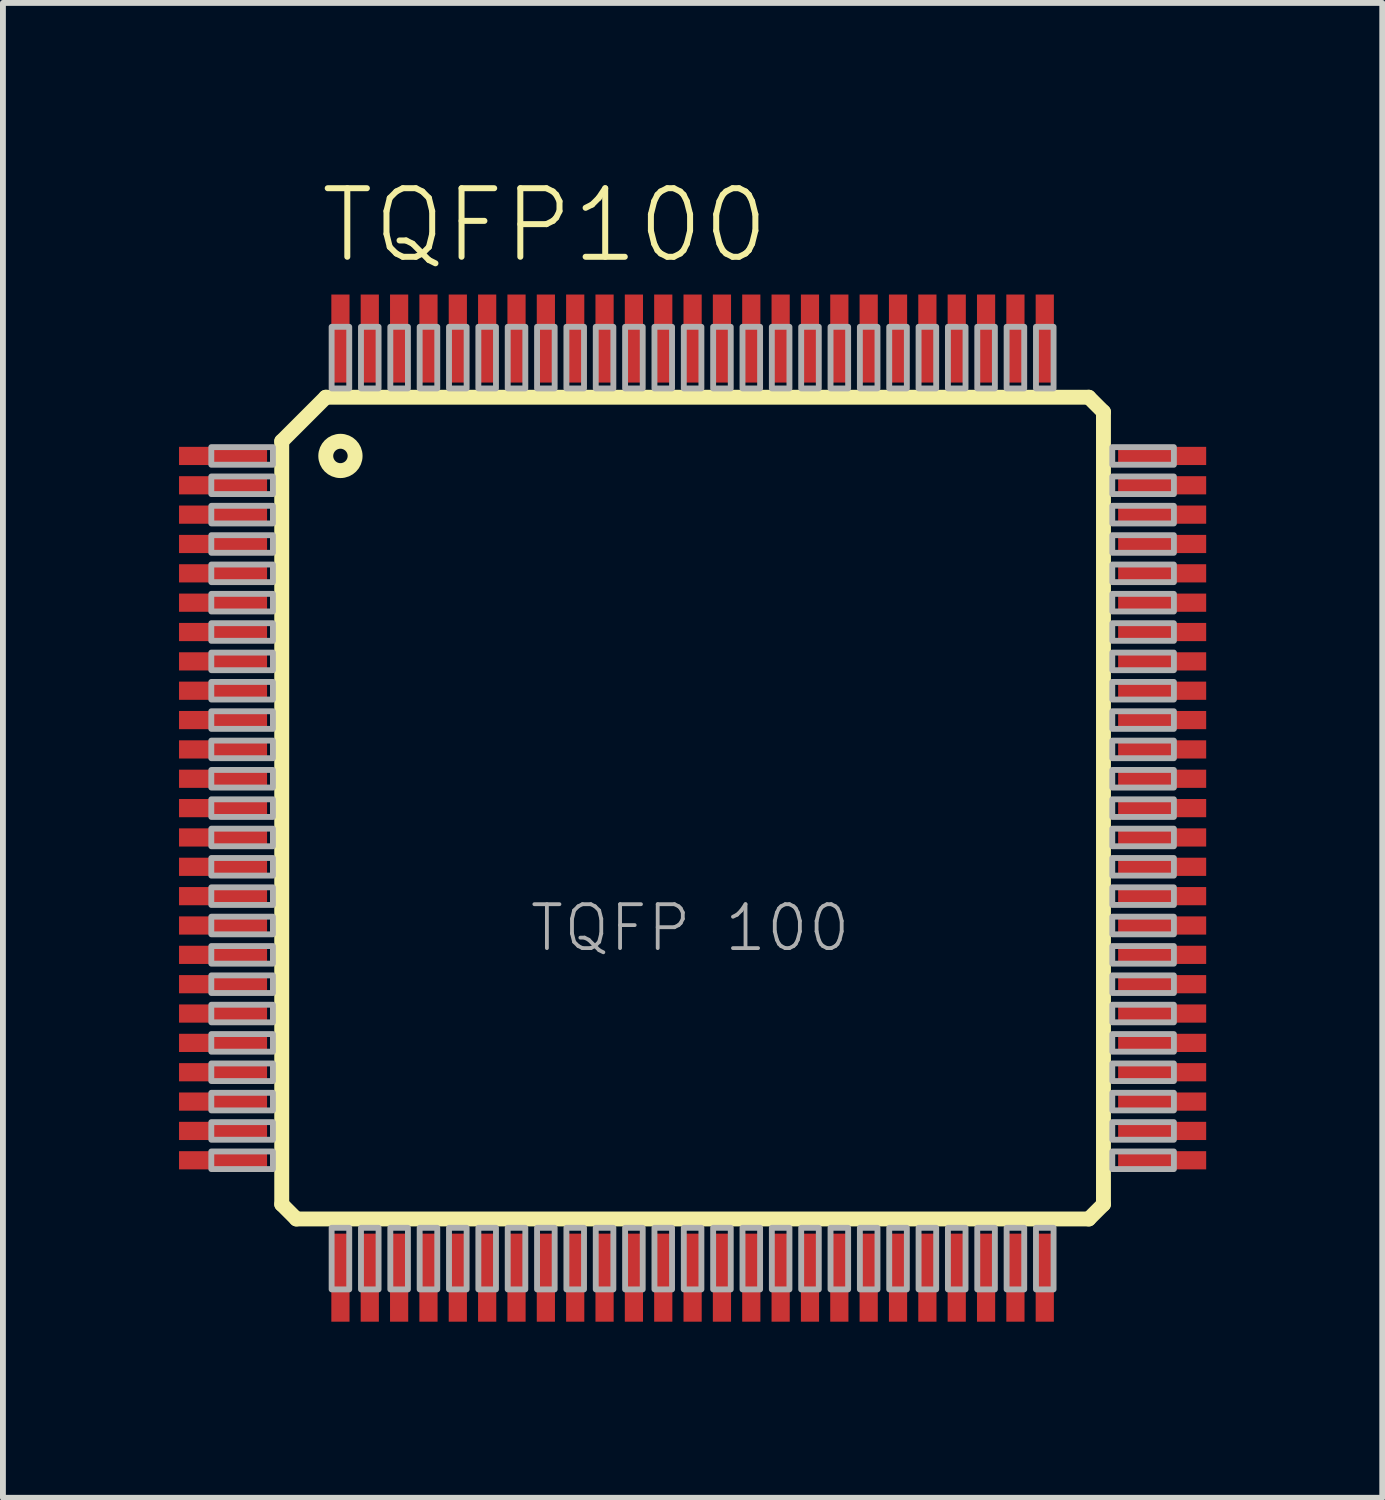
<source format=kicad_pcb>
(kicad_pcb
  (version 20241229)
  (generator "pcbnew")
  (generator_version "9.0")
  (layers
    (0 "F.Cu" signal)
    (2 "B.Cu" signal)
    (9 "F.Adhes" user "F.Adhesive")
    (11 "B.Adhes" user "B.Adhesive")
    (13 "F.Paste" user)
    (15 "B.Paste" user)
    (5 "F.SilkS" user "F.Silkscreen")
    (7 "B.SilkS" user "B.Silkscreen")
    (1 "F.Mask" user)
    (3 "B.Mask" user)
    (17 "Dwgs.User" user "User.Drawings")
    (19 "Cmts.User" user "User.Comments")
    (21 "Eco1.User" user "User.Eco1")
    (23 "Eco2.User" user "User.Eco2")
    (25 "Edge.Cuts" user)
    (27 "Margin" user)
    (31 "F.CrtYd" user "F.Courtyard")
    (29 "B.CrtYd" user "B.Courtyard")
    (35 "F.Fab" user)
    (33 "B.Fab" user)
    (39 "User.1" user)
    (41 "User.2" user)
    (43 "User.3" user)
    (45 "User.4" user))
  (footprint "TQFP100"
    (layer "F.Cu")
    (at 8.75 10.718)
    (property "Reference" "TQFP100" (at -6.395 -9.245 0) (unlocked yes) (layer "F.SilkS") (effects (font (size 1.168 1.168) (thickness 0.102)) (justify left bottom)))
    (fp_line (start -7 -6.25) (end -6.25 -7) (stroke (width 0.254) (type solid)) (layer "F.SilkS"))
    (fp_line (start -7 6.75) (end -7 -6.25) (stroke (width 0.254) (type solid)) (layer "F.SilkS"))
    (fp_line (start -6.75 7) (end -7 6.75) (stroke (width 0.254) (type solid)) (layer "F.SilkS"))
    (fp_line (start -6.25 -7) (end 6.75 -7) (stroke (width 0.254) (type solid)) (layer "F.SilkS"))
    (fp_line (start 6.75 -7) (end 7 -6.75) (stroke (width 0.254) (type solid)) (layer "F.SilkS"))
    (fp_line (start 6.75 7) (end -6.75 7) (stroke (width 0.254) (type solid)) (layer "F.SilkS"))
    (fp_line (start 7 -6.75) (end 7 6.75) (stroke (width 0.254) (type solid)) (layer "F.SilkS"))
    (fp_line (start 7 6.75) (end 6.75 7) (stroke (width 0.254) (type solid)) (layer "F.SilkS"))
    (fp_circle (center -6 -6) (end -5.75 -6) (stroke (width 0.254) (type solid)) (fill no) (layer "F.SilkS"))
    (fp_poly (pts (xy -8.2 -5.85) (xy -7.15 -5.85) (xy -7.15 -6.15) (xy -8.2 -6.15)) (stroke (width 0.1) (type default)) (fill no) (layer "F.Fab"))
    (fp_poly (pts (xy -8.2 -5.35) (xy -7.15 -5.35) (xy -7.15 -5.65) (xy -8.2 -5.65)) (stroke (width 0.1) (type default)) (fill no) (layer "F.Fab"))
    (fp_poly (pts (xy -8.2 -4.85) (xy -7.15 -4.85) (xy -7.15 -5.15) (xy -8.2 -5.15)) (stroke (width 0.1) (type default)) (fill no) (layer "F.Fab"))
    (fp_poly (pts (xy -8.2 -4.35) (xy -7.15 -4.35) (xy -7.15 -4.65) (xy -8.2 -4.65)) (stroke (width 0.1) (type default)) (fill no) (layer "F.Fab"))
    (fp_poly (pts (xy -8.2 -3.85) (xy -7.15 -3.85) (xy -7.15 -4.15) (xy -8.2 -4.15)) (stroke (width 0.1) (type default)) (fill no) (layer "F.Fab"))
    (fp_poly (pts (xy -8.2 -3.35) (xy -7.15 -3.35) (xy -7.15 -3.65) (xy -8.2 -3.65)) (stroke (width 0.1) (type default)) (fill no) (layer "F.Fab"))
    (fp_poly (pts (xy -8.2 -2.85) (xy -7.15 -2.85) (xy -7.15 -3.15) (xy -8.2 -3.15)) (stroke (width 0.1) (type default)) (fill no) (layer "F.Fab"))
    (fp_poly (pts (xy -8.2 -2.35) (xy -7.15 -2.35) (xy -7.15 -2.65) (xy -8.2 -2.65)) (stroke (width 0.1) (type default)) (fill no) (layer "F.Fab"))
    (fp_poly (pts (xy -8.2 -1.85) (xy -7.15 -1.85) (xy -7.15 -2.15) (xy -8.2 -2.15)) (stroke (width 0.1) (type default)) (fill no) (layer "F.Fab"))
    (fp_poly (pts (xy -8.2 -1.35) (xy -7.15 -1.35) (xy -7.15 -1.65) (xy -8.2 -1.65)) (stroke (width 0.1) (type default)) (fill no) (layer "F.Fab"))
    (fp_poly (pts (xy -8.2 -0.85) (xy -7.15 -0.85) (xy -7.15 -1.15) (xy -8.2 -1.15)) (stroke (width 0.1) (type default)) (fill no) (layer "F.Fab"))
    (fp_poly (pts (xy -8.2 -0.35) (xy -7.15 -0.35) (xy -7.15 -0.65) (xy -8.2 -0.65)) (stroke (width 0.1) (type default)) (fill no) (layer "F.Fab"))
    (fp_poly (pts (xy -8.2 0.15) (xy -7.15 0.15) (xy -7.15 -0.15) (xy -8.2 -0.15)) (stroke (width 0.1) (type default)) (fill no) (layer "F.Fab"))
    (fp_poly (pts (xy -8.2 0.65) (xy -7.15 0.65) (xy -7.15 0.35) (xy -8.2 0.35)) (stroke (width 0.1) (type default)) (fill no) (layer "F.Fab"))
    (fp_poly (pts (xy -8.2 1.15) (xy -7.15 1.15) (xy -7.15 0.85) (xy -8.2 0.85)) (stroke (width 0.1) (type default)) (fill no) (layer "F.Fab"))
    (fp_poly (pts (xy -8.2 1.65) (xy -7.15 1.65) (xy -7.15 1.35) (xy -8.2 1.35)) (stroke (width 0.1) (type default)) (fill no) (layer "F.Fab"))
    (fp_poly (pts (xy -8.2 2.15) (xy -7.15 2.15) (xy -7.15 1.85) (xy -8.2 1.85)) (stroke (width 0.1) (type default)) (fill no) (layer "F.Fab"))
    (fp_poly (pts (xy -8.2 2.65) (xy -7.15 2.65) (xy -7.15 2.35) (xy -8.2 2.35)) (stroke (width 0.1) (type default)) (fill no) (layer "F.Fab"))
    (fp_poly (pts (xy -8.2 3.15) (xy -7.15 3.15) (xy -7.15 2.85) (xy -8.2 2.85)) (stroke (width 0.1) (type default)) (fill no) (layer "F.Fab"))
    (fp_poly (pts (xy -8.2 3.65) (xy -7.15 3.65) (xy -7.15 3.35) (xy -8.2 3.35)) (stroke (width 0.1) (type default)) (fill no) (layer "F.Fab"))
    (fp_poly (pts (xy -8.2 4.15) (xy -7.15 4.15) (xy -7.15 3.85) (xy -8.2 3.85)) (stroke (width 0.1) (type default)) (fill no) (layer "F.Fab"))
    (fp_poly (pts (xy -8.2 4.65) (xy -7.15 4.65) (xy -7.15 4.35) (xy -8.2 4.35)) (stroke (width 0.1) (type default)) (fill no) (layer "F.Fab"))
    (fp_poly (pts (xy -8.2 5.15) (xy -7.15 5.15) (xy -7.15 4.85) (xy -8.2 4.85)) (stroke (width 0.1) (type default)) (fill no) (layer "F.Fab"))
    (fp_poly (pts (xy -8.2 5.65) (xy -7.15 5.65) (xy -7.15 5.35) (xy -8.2 5.35)) (stroke (width 0.1) (type default)) (fill no) (layer "F.Fab"))
    (fp_poly (pts (xy -8.2 6.15) (xy -7.15 6.15) (xy -7.15 5.85) (xy -8.2 5.85)) (stroke (width 0.1) (type default)) (fill no) (layer "F.Fab"))
    (fp_poly (pts (xy -6.15 -7.15) (xy -5.85 -7.15) (xy -5.85 -8.2) (xy -6.15 -8.2)) (stroke (width 0.1) (type default)) (fill no) (layer "F.Fab"))
    (fp_poly (pts (xy -6.15 8.2) (xy -5.85 8.2) (xy -5.85 7.15) (xy -6.15 7.15)) (stroke (width 0.1) (type default)) (fill no) (layer "F.Fab"))
    (fp_poly (pts (xy -5.65 -7.15) (xy -5.35 -7.15) (xy -5.35 -8.2) (xy -5.65 -8.2)) (stroke (width 0.1) (type default)) (fill no) (layer "F.Fab"))
    (fp_poly (pts (xy -5.65 8.2) (xy -5.35 8.2) (xy -5.35 7.15) (xy -5.65 7.15)) (stroke (width 0.1) (type default)) (fill no) (layer "F.Fab"))
    (fp_poly (pts (xy -5.15 -7.15) (xy -4.85 -7.15) (xy -4.85 -8.2) (xy -5.15 -8.2)) (stroke (width 0.1) (type default)) (fill no) (layer "F.Fab"))
    (fp_poly (pts (xy -5.15 8.2) (xy -4.85 8.2) (xy -4.85 7.15) (xy -5.15 7.15)) (stroke (width 0.1) (type default)) (fill no) (layer "F.Fab"))
    (fp_poly (pts (xy -4.65 -7.15) (xy -4.35 -7.15) (xy -4.35 -8.2) (xy -4.65 -8.2)) (stroke (width 0.1) (type default)) (fill no) (layer "F.Fab"))
    (fp_poly (pts (xy -4.65 8.2) (xy -4.35 8.2) (xy -4.35 7.15) (xy -4.65 7.15)) (stroke (width 0.1) (type default)) (fill no) (layer "F.Fab"))
    (fp_poly (pts (xy -4.15 -7.15) (xy -3.85 -7.15) (xy -3.85 -8.2) (xy -4.15 -8.2)) (stroke (width 0.1) (type default)) (fill no) (layer "F.Fab"))
    (fp_poly (pts (xy -4.15 8.2) (xy -3.85 8.2) (xy -3.85 7.15) (xy -4.15 7.15)) (stroke (width 0.1) (type default)) (fill no) (layer "F.Fab"))
    (fp_poly (pts (xy -3.65 -7.15) (xy -3.35 -7.15) (xy -3.35 -8.2) (xy -3.65 -8.2)) (stroke (width 0.1) (type default)) (fill no) (layer "F.Fab"))
    (fp_poly (pts (xy -3.65 8.2) (xy -3.35 8.2) (xy -3.35 7.15) (xy -3.65 7.15)) (stroke (width 0.1) (type default)) (fill no) (layer "F.Fab"))
    (fp_poly (pts (xy -3.15 -7.15) (xy -2.85 -7.15) (xy -2.85 -8.2) (xy -3.15 -8.2)) (stroke (width 0.1) (type default)) (fill no) (layer "F.Fab"))
    (fp_poly (pts (xy -3.15 8.2) (xy -2.85 8.2) (xy -2.85 7.15) (xy -3.15 7.15)) (stroke (width 0.1) (type default)) (fill no) (layer "F.Fab"))
    (fp_poly (pts (xy -2.65 -7.15) (xy -2.35 -7.15) (xy -2.35 -8.2) (xy -2.65 -8.2)) (stroke (width 0.1) (type default)) (fill no) (layer "F.Fab"))
    (fp_poly (pts (xy -2.65 8.2) (xy -2.35 8.2) (xy -2.35 7.15) (xy -2.65 7.15)) (stroke (width 0.1) (type default)) (fill no) (layer "F.Fab"))
    (fp_poly (pts (xy -2.15 -7.15) (xy -1.85 -7.15) (xy -1.85 -8.2) (xy -2.15 -8.2)) (stroke (width 0.1) (type default)) (fill no) (layer "F.Fab"))
    (fp_poly (pts (xy -2.15 8.2) (xy -1.85 8.2) (xy -1.85 7.15) (xy -2.15 7.15)) (stroke (width 0.1) (type default)) (fill no) (layer "F.Fab"))
    (fp_poly (pts (xy -1.65 -7.15) (xy -1.35 -7.15) (xy -1.35 -8.2) (xy -1.65 -8.2)) (stroke (width 0.1) (type default)) (fill no) (layer "F.Fab"))
    (fp_poly (pts (xy -1.65 8.2) (xy -1.35 8.2) (xy -1.35 7.15) (xy -1.65 7.15)) (stroke (width 0.1) (type default)) (fill no) (layer "F.Fab"))
    (fp_poly (pts (xy -1.15 -7.15) (xy -0.85 -7.15) (xy -0.85 -8.2) (xy -1.15 -8.2)) (stroke (width 0.1) (type default)) (fill no) (layer "F.Fab"))
    (fp_poly (pts (xy -1.15 8.2) (xy -0.85 8.2) (xy -0.85 7.15) (xy -1.15 7.15)) (stroke (width 0.1) (type default)) (fill no) (layer "F.Fab"))
    (fp_poly (pts (xy -0.65 -7.15) (xy -0.35 -7.15) (xy -0.35 -8.2) (xy -0.65 -8.2)) (stroke (width 0.1) (type default)) (fill no) (layer "F.Fab"))
    (fp_poly (pts (xy -0.65 8.2) (xy -0.35 8.2) (xy -0.35 7.15) (xy -0.65 7.15)) (stroke (width 0.1) (type default)) (fill no) (layer "F.Fab"))
    (fp_poly (pts (xy -0.15 -7.15) (xy 0.15 -7.15) (xy 0.15 -8.2) (xy -0.15 -8.2)) (stroke (width 0.1) (type default)) (fill no) (layer "F.Fab"))
    (fp_poly (pts (xy -0.15 8.2) (xy 0.15 8.2) (xy 0.15 7.15) (xy -0.15 7.15)) (stroke (width 0.1) (type default)) (fill no) (layer "F.Fab"))
    (fp_poly (pts (xy 0.35 -7.15) (xy 0.65 -7.15) (xy 0.65 -8.2) (xy 0.35 -8.2)) (stroke (width 0.1) (type default)) (fill no) (layer "F.Fab"))
    (fp_poly (pts (xy 0.35 8.2) (xy 0.65 8.2) (xy 0.65 7.15) (xy 0.35 7.15)) (stroke (width 0.1) (type default)) (fill no) (layer "F.Fab"))
    (fp_poly (pts (xy 0.85 -7.15) (xy 1.15 -7.15) (xy 1.15 -8.2) (xy 0.85 -8.2)) (stroke (width 0.1) (type default)) (fill no) (layer "F.Fab"))
    (fp_poly (pts (xy 0.85 8.2) (xy 1.15 8.2) (xy 1.15 7.15) (xy 0.85 7.15)) (stroke (width 0.1) (type default)) (fill no) (layer "F.Fab"))
    (fp_poly (pts (xy 1.35 -7.15) (xy 1.65 -7.15) (xy 1.65 -8.2) (xy 1.35 -8.2)) (stroke (width 0.1) (type default)) (fill no) (layer "F.Fab"))
    (fp_poly (pts (xy 1.35 8.2) (xy 1.65 8.2) (xy 1.65 7.15) (xy 1.35 7.15)) (stroke (width 0.1) (type default)) (fill no) (layer "F.Fab"))
    (fp_poly (pts (xy 1.85 -7.15) (xy 2.15 -7.15) (xy 2.15 -8.2) (xy 1.85 -8.2)) (stroke (width 0.1) (type default)) (fill no) (layer "F.Fab"))
    (fp_poly (pts (xy 1.85 8.2) (xy 2.15 8.2) (xy 2.15 7.15) (xy 1.85 7.15)) (stroke (width 0.1) (type default)) (fill no) (layer "F.Fab"))
    (fp_poly (pts (xy 2.35 -7.15) (xy 2.65 -7.15) (xy 2.65 -8.2) (xy 2.35 -8.2)) (stroke (width 0.1) (type default)) (fill no) (layer "F.Fab"))
    (fp_poly (pts (xy 2.35 8.2) (xy 2.65 8.2) (xy 2.65 7.15) (xy 2.35 7.15)) (stroke (width 0.1) (type default)) (fill no) (layer "F.Fab"))
    (fp_poly (pts (xy 2.85 -7.15) (xy 3.15 -7.15) (xy 3.15 -8.2) (xy 2.85 -8.2)) (stroke (width 0.1) (type default)) (fill no) (layer "F.Fab"))
    (fp_poly (pts (xy 2.85 8.2) (xy 3.15 8.2) (xy 3.15 7.15) (xy 2.85 7.15)) (stroke (width 0.1) (type default)) (fill no) (layer "F.Fab"))
    (fp_poly (pts (xy 3.35 -7.15) (xy 3.65 -7.15) (xy 3.65 -8.2) (xy 3.35 -8.2)) (stroke (width 0.1) (type default)) (fill no) (layer "F.Fab"))
    (fp_poly (pts (xy 3.35 8.2) (xy 3.65 8.2) (xy 3.65 7.15) (xy 3.35 7.15)) (stroke (width 0.1) (type default)) (fill no) (layer "F.Fab"))
    (fp_poly (pts (xy 3.85 -7.15) (xy 4.15 -7.15) (xy 4.15 -8.2) (xy 3.85 -8.2)) (stroke (width 0.1) (type default)) (fill no) (layer "F.Fab"))
    (fp_poly (pts (xy 3.85 8.2) (xy 4.15 8.2) (xy 4.15 7.15) (xy 3.85 7.15)) (stroke (width 0.1) (type default)) (fill no) (layer "F.Fab"))
    (fp_poly (pts (xy 4.35 -7.15) (xy 4.65 -7.15) (xy 4.65 -8.2) (xy 4.35 -8.2)) (stroke (width 0.1) (type default)) (fill no) (layer "F.Fab"))
    (fp_poly (pts (xy 4.35 8.2) (xy 4.65 8.2) (xy 4.65 7.15) (xy 4.35 7.15)) (stroke (width 0.1) (type default)) (fill no) (layer "F.Fab"))
    (fp_poly (pts (xy 4.85 -7.15) (xy 5.15 -7.15) (xy 5.15 -8.2) (xy 4.85 -8.2)) (stroke (width 0.1) (type default)) (fill no) (layer "F.Fab"))
    (fp_poly (pts (xy 4.85 8.2) (xy 5.15 8.2) (xy 5.15 7.15) (xy 4.85 7.15)) (stroke (width 0.1) (type default)) (fill no) (layer "F.Fab"))
    (fp_poly (pts (xy 5.35 -7.15) (xy 5.65 -7.15) (xy 5.65 -8.2) (xy 5.35 -8.2)) (stroke (width 0.1) (type default)) (fill no) (layer "F.Fab"))
    (fp_poly (pts (xy 5.35 8.2) (xy 5.65 8.2) (xy 5.65 7.15) (xy 5.35 7.15)) (stroke (width 0.1) (type default)) (fill no) (layer "F.Fab"))
    (fp_poly (pts (xy 5.85 -7.15) (xy 6.15 -7.15) (xy 6.15 -8.2) (xy 5.85 -8.2)) (stroke (width 0.1) (type default)) (fill no) (layer "F.Fab"))
    (fp_poly (pts (xy 5.85 8.2) (xy 6.15 8.2) (xy 6.15 7.15) (xy 5.85 7.15)) (stroke (width 0.1) (type default)) (fill no) (layer "F.Fab"))
    (fp_poly (pts (xy 7.15 -5.85) (xy 8.2 -5.85) (xy 8.2 -6.15) (xy 7.15 -6.15)) (stroke (width 0.1) (type default)) (fill no) (layer "F.Fab"))
    (fp_poly (pts (xy 7.15 -5.35) (xy 8.2 -5.35) (xy 8.2 -5.65) (xy 7.15 -5.65)) (stroke (width 0.1) (type default)) (fill no) (layer "F.Fab"))
    (fp_poly (pts (xy 7.15 -4.85) (xy 8.2 -4.85) (xy 8.2 -5.15) (xy 7.15 -5.15)) (stroke (width 0.1) (type default)) (fill no) (layer "F.Fab"))
    (fp_poly (pts (xy 7.15 -4.35) (xy 8.2 -4.35) (xy 8.2 -4.65) (xy 7.15 -4.65)) (stroke (width 0.1) (type default)) (fill no) (layer "F.Fab"))
    (fp_poly (pts (xy 7.15 -3.85) (xy 8.2 -3.85) (xy 8.2 -4.15) (xy 7.15 -4.15)) (stroke (width 0.1) (type default)) (fill no) (layer "F.Fab"))
    (fp_poly (pts (xy 7.15 -3.35) (xy 8.2 -3.35) (xy 8.2 -3.65) (xy 7.15 -3.65)) (stroke (width 0.1) (type default)) (fill no) (layer "F.Fab"))
    (fp_poly (pts (xy 7.15 -2.85) (xy 8.2 -2.85) (xy 8.2 -3.15) (xy 7.15 -3.15)) (stroke (width 0.1) (type default)) (fill no) (layer "F.Fab"))
    (fp_poly (pts (xy 7.15 -2.35) (xy 8.2 -2.35) (xy 8.2 -2.65) (xy 7.15 -2.65)) (stroke (width 0.1) (type default)) (fill no) (layer "F.Fab"))
    (fp_poly (pts (xy 7.15 -1.85) (xy 8.2 -1.85) (xy 8.2 -2.15) (xy 7.15 -2.15)) (stroke (width 0.1) (type default)) (fill no) (layer "F.Fab"))
    (fp_poly (pts (xy 7.15 -1.35) (xy 8.2 -1.35) (xy 8.2 -1.65) (xy 7.15 -1.65)) (stroke (width 0.1) (type default)) (fill no) (layer "F.Fab"))
    (fp_poly (pts (xy 7.15 -0.85) (xy 8.2 -0.85) (xy 8.2 -1.15) (xy 7.15 -1.15)) (stroke (width 0.1) (type default)) (fill no) (layer "F.Fab"))
    (fp_poly (pts (xy 7.15 -0.35) (xy 8.2 -0.35) (xy 8.2 -0.65) (xy 7.15 -0.65)) (stroke (width 0.1) (type default)) (fill no) (layer "F.Fab"))
    (fp_poly (pts (xy 7.15 0.15) (xy 8.2 0.15) (xy 8.2 -0.15) (xy 7.15 -0.15)) (stroke (width 0.1) (type default)) (fill no) (layer "F.Fab"))
    (fp_poly (pts (xy 7.15 0.65) (xy 8.2 0.65) (xy 8.2 0.35) (xy 7.15 0.35)) (stroke (width 0.1) (type default)) (fill no) (layer "F.Fab"))
    (fp_poly (pts (xy 7.15 1.15) (xy 8.2 1.15) (xy 8.2 0.85) (xy 7.15 0.85)) (stroke (width 0.1) (type default)) (fill no) (layer "F.Fab"))
    (fp_poly (pts (xy 7.15 1.65) (xy 8.2 1.65) (xy 8.2 1.35) (xy 7.15 1.35)) (stroke (width 0.1) (type default)) (fill no) (layer "F.Fab"))
    (fp_poly (pts (xy 7.15 2.15) (xy 8.2 2.15) (xy 8.2 1.85) (xy 7.15 1.85)) (stroke (width 0.1) (type default)) (fill no) (layer "F.Fab"))
    (fp_poly (pts (xy 7.15 2.65) (xy 8.2 2.65) (xy 8.2 2.35) (xy 7.15 2.35)) (stroke (width 0.1) (type default)) (fill no) (layer "F.Fab"))
    (fp_poly (pts (xy 7.15 3.15) (xy 8.2 3.15) (xy 8.2 2.85) (xy 7.15 2.85)) (stroke (width 0.1) (type default)) (fill no) (layer "F.Fab"))
    (fp_poly (pts (xy 7.15 3.65) (xy 8.2 3.65) (xy 8.2 3.35) (xy 7.15 3.35)) (stroke (width 0.1) (type default)) (fill no) (layer "F.Fab"))
    (fp_poly (pts (xy 7.15 4.15) (xy 8.2 4.15) (xy 8.2 3.85) (xy 7.15 3.85)) (stroke (width 0.1) (type default)) (fill no) (layer "F.Fab"))
    (fp_poly (pts (xy 7.15 4.65) (xy 8.2 4.65) (xy 8.2 4.35) (xy 7.15 4.35)) (stroke (width 0.1) (type default)) (fill no) (layer "F.Fab"))
    (fp_poly (pts (xy 7.15 5.15) (xy 8.2 5.15) (xy 8.2 4.85) (xy 7.15 4.85)) (stroke (width 0.1) (type default)) (fill no) (layer "F.Fab"))
    (fp_poly (pts (xy 7.15 5.65) (xy 8.2 5.65) (xy 8.2 5.35) (xy 7.15 5.35)) (stroke (width 0.1) (type default)) (fill no) (layer "F.Fab"))
    (fp_poly (pts (xy 7.15 6.15) (xy 8.2 6.15) (xy 8.2 5.85) (xy 7.15 5.85)) (stroke (width 0.1) (type default)) (fill no) (layer "F.Fab"))
    (fp_text user "TQFP 100" (at -2.81 2.48 0) (unlocked yes) (layer "F.Fab") (effects (font (size 0.748 0.748) (thickness 0.065)) (justify left bottom)))
    (pad "1" smd rect (at -8 -6) (size 1.5 0.31) (layers "F.Cu" "F.Mask" "F.Paste"))
    (pad "2" smd rect (at -8 -5.5) (size 1.5 0.31) (layers "F.Cu" "F.Mask" "F.Paste"))
    (pad "3" smd rect (at -8 -5) (size 1.5 0.31) (layers "F.Cu" "F.Mask" "F.Paste"))
    (pad "4" smd rect (at -8 -4.5) (size 1.5 0.31) (layers "F.Cu" "F.Mask" "F.Paste"))
    (pad "5" smd rect (at -8 -4) (size 1.5 0.31) (layers "F.Cu" "F.Mask" "F.Paste"))
    (pad "6" smd rect (at -8 -3.5) (size 1.5 0.31) (layers "F.Cu" "F.Mask" "F.Paste"))
    (pad "7" smd rect (at -8 -3) (size 1.5 0.31) (layers "F.Cu" "F.Mask" "F.Paste"))
    (pad "8" smd rect (at -8 -2.5) (size 1.5 0.31) (layers "F.Cu" "F.Mask" "F.Paste"))
    (pad "9" smd rect (at -8 -2) (size 1.5 0.31) (layers "F.Cu" "F.Mask" "F.Paste"))
    (pad "10" smd rect (at -8 -1.5) (size 1.5 0.31) (layers "F.Cu" "F.Mask" "F.Paste"))
    (pad "11" smd rect (at -8 -1) (size 1.5 0.31) (layers "F.Cu" "F.Mask" "F.Paste"))
    (pad "12" smd rect (at -8 -0.5) (size 1.5 0.31) (layers "F.Cu" "F.Mask" "F.Paste"))
    (pad "13" smd rect (at -8 0) (size 1.5 0.31) (layers "F.Cu" "F.Mask" "F.Paste"))
    (pad "14" smd rect (at -8 0.5) (size 1.5 0.31) (layers "F.Cu" "F.Mask" "F.Paste"))
    (pad "15" smd rect (at -8 1) (size 1.5 0.31) (layers "F.Cu" "F.Mask" "F.Paste"))
    (pad "16" smd rect (at -8 1.5) (size 1.5 0.31) (layers "F.Cu" "F.Mask" "F.Paste"))
    (pad "17" smd rect (at -8 2) (size 1.5 0.31) (layers "F.Cu" "F.Mask" "F.Paste"))
    (pad "18" smd rect (at -8 2.5) (size 1.5 0.31) (layers "F.Cu" "F.Mask" "F.Paste"))
    (pad "19" smd rect (at -8 3) (size 1.5 0.31) (layers "F.Cu" "F.Mask" "F.Paste"))
    (pad "20" smd rect (at -8 3.5) (size 1.5 0.31) (layers "F.Cu" "F.Mask" "F.Paste"))
    (pad "21" smd rect (at -8 4) (size 1.5 0.31) (layers "F.Cu" "F.Mask" "F.Paste"))
    (pad "22" smd rect (at -8 4.5) (size 1.5 0.31) (layers "F.Cu" "F.Mask" "F.Paste"))
    (pad "23" smd rect (at -8 5) (size 1.5 0.31) (layers "F.Cu" "F.Mask" "F.Paste"))
    (pad "24" smd rect (at -8 5.5) (size 1.5 0.31) (layers "F.Cu" "F.Mask" "F.Paste"))
    (pad "25" smd rect (at -8 6) (size 1.5 0.31) (layers "F.Cu" "F.Mask" "F.Paste"))
    (pad "26" smd rect (at -6 8) (size 0.31 1.5) (layers "F.Cu" "F.Mask" "F.Paste"))
    (pad "27" smd rect (at -5.5 8) (size 0.31 1.5) (layers "F.Cu" "F.Mask" "F.Paste"))
    (pad "28" smd rect (at -5 8) (size 0.31 1.5) (layers "F.Cu" "F.Mask" "F.Paste"))
    (pad "29" smd rect (at -4.5 8) (size 0.31 1.5) (layers "F.Cu" "F.Mask" "F.Paste"))
    (pad "30" smd rect (at -4 8) (size 0.31 1.5) (layers "F.Cu" "F.Mask" "F.Paste"))
    (pad "31" smd rect (at -3.5 8) (size 0.31 1.5) (layers "F.Cu" "F.Mask" "F.Paste"))
    (pad "32" smd rect (at -3 8) (size 0.31 1.5) (layers "F.Cu" "F.Mask" "F.Paste"))
    (pad "33" smd rect (at -2.5 8) (size 0.31 1.5) (layers "F.Cu" "F.Mask" "F.Paste"))
    (pad "34" smd rect (at -2 8) (size 0.31 1.5) (layers "F.Cu" "F.Mask" "F.Paste"))
    (pad "35" smd rect (at -1.5 8) (size 0.31 1.5) (layers "F.Cu" "F.Mask" "F.Paste"))
    (pad "36" smd rect (at -1 8) (size 0.31 1.5) (layers "F.Cu" "F.Mask" "F.Paste"))
    (pad "37" smd rect (at -0.5 8) (size 0.31 1.5) (layers "F.Cu" "F.Mask" "F.Paste"))
    (pad "38" smd rect (at 0 8) (size 0.31 1.5) (layers "F.Cu" "F.Mask" "F.Paste"))
    (pad "39" smd rect (at 0.5 8) (size 0.31 1.5) (layers "F.Cu" "F.Mask" "F.Paste"))
    (pad "40" smd rect (at 1 8) (size 0.31 1.5) (layers "F.Cu" "F.Mask" "F.Paste"))
    (pad "41" smd rect (at 1.5 8) (size 0.31 1.5) (layers "F.Cu" "F.Mask" "F.Paste"))
    (pad "42" smd rect (at 2 8) (size 0.31 1.5) (layers "F.Cu" "F.Mask" "F.Paste"))
    (pad "43" smd rect (at 2.5 8) (size 0.31 1.5) (layers "F.Cu" "F.Mask" "F.Paste"))
    (pad "44" smd rect (at 3 8) (size 0.31 1.5) (layers "F.Cu" "F.Mask" "F.Paste"))
    (pad "45" smd rect (at 3.5 8) (size 0.31 1.5) (layers "F.Cu" "F.Mask" "F.Paste"))
    (pad "46" smd rect (at 4 8) (size 0.31 1.5) (layers "F.Cu" "F.Mask" "F.Paste"))
    (pad "47" smd rect (at 4.5 8) (size 0.31 1.5) (layers "F.Cu" "F.Mask" "F.Paste"))
    (pad "48" smd rect (at 5 8) (size 0.31 1.5) (layers "F.Cu" "F.Mask" "F.Paste"))
    (pad "49" smd rect (at 5.5 8) (size 0.31 1.5) (layers "F.Cu" "F.Mask" "F.Paste"))
    (pad "50" smd rect (at 6 8) (size 0.31 1.5) (layers "F.Cu" "F.Mask" "F.Paste"))
    (pad "51" smd rect (at 8 6) (size 1.5 0.31) (layers "F.Cu" "F.Mask" "F.Paste"))
    (pad "52" smd rect (at 8 5.5) (size 1.5 0.31) (layers "F.Cu" "F.Mask" "F.Paste"))
    (pad "53" smd rect (at 8 5) (size 1.5 0.31) (layers "F.Cu" "F.Mask" "F.Paste"))
    (pad "54" smd rect (at 8 4.5) (size 1.5 0.31) (layers "F.Cu" "F.Mask" "F.Paste"))
    (pad "55" smd rect (at 8 4) (size 1.5 0.31) (layers "F.Cu" "F.Mask" "F.Paste"))
    (pad "56" smd rect (at 8 3.5) (size 1.5 0.31) (layers "F.Cu" "F.Mask" "F.Paste"))
    (pad "57" smd rect (at 8 3) (size 1.5 0.31) (layers "F.Cu" "F.Mask" "F.Paste"))
    (pad "58" smd rect (at 8 2.5) (size 1.5 0.31) (layers "F.Cu" "F.Mask" "F.Paste"))
    (pad "59" smd rect (at 8 2) (size 1.5 0.31) (layers "F.Cu" "F.Mask" "F.Paste"))
    (pad "60" smd rect (at 8 1.5) (size 1.5 0.31) (layers "F.Cu" "F.Mask" "F.Paste"))
    (pad "61" smd rect (at 8 1) (size 1.5 0.31) (layers "F.Cu" "F.Mask" "F.Paste"))
    (pad "62" smd rect (at 8 0.5) (size 1.5 0.31) (layers "F.Cu" "F.Mask" "F.Paste"))
    (pad "63" smd rect (at 8 0) (size 1.5 0.31) (layers "F.Cu" "F.Mask" "F.Paste"))
    (pad "64" smd rect (at 8 -0.5) (size 1.5 0.31) (layers "F.Cu" "F.Mask" "F.Paste"))
    (pad "65" smd rect (at 8 -1) (size 1.5 0.31) (layers "F.Cu" "F.Mask" "F.Paste"))
    (pad "66" smd rect (at 8 -1.5) (size 1.5 0.31) (layers "F.Cu" "F.Mask" "F.Paste"))
    (pad "67" smd rect (at 8 -2) (size 1.5 0.31) (layers "F.Cu" "F.Mask" "F.Paste"))
    (pad "68" smd rect (at 8 -2.5) (size 1.5 0.31) (layers "F.Cu" "F.Mask" "F.Paste"))
    (pad "69" smd rect (at 8 -3) (size 1.5 0.31) (layers "F.Cu" "F.Mask" "F.Paste"))
    (pad "70" smd rect (at 8 -3.5) (size 1.5 0.31) (layers "F.Cu" "F.Mask" "F.Paste"))
    (pad "71" smd rect (at 8 -4) (size 1.5 0.31) (layers "F.Cu" "F.Mask" "F.Paste"))
    (pad "72" smd rect (at 8 -4.5) (size 1.5 0.31) (layers "F.Cu" "F.Mask" "F.Paste"))
    (pad "73" smd rect (at 8 -5) (size 1.5 0.31) (layers "F.Cu" "F.Mask" "F.Paste"))
    (pad "74" smd rect (at 8 -5.5) (size 1.5 0.31) (layers "F.Cu" "F.Mask" "F.Paste"))
    (pad "75" smd rect (at 8 -6) (size 1.5 0.31) (layers "F.Cu" "F.Mask" "F.Paste"))
    (pad "76" smd rect (at 6 -8) (size 0.31 1.5) (layers "F.Cu" "F.Mask" "F.Paste"))
    (pad "77" smd rect (at 5.5 -8) (size 0.31 1.5) (layers "F.Cu" "F.Mask" "F.Paste"))
    (pad "78" smd rect (at 5 -8) (size 0.31 1.5) (layers "F.Cu" "F.Mask" "F.Paste"))
    (pad "79" smd rect (at 4.5 -8) (size 0.31 1.5) (layers "F.Cu" "F.Mask" "F.Paste"))
    (pad "80" smd rect (at 4 -8) (size 0.31 1.5) (layers "F.Cu" "F.Mask" "F.Paste"))
    (pad "81" smd rect (at 3.5 -8) (size 0.31 1.5) (layers "F.Cu" "F.Mask" "F.Paste"))
    (pad "82" smd rect (at 3 -8) (size 0.31 1.5) (layers "F.Cu" "F.Mask" "F.Paste"))
    (pad "83" smd rect (at 2.5 -8) (size 0.31 1.5) (layers "F.Cu" "F.Mask" "F.Paste"))
    (pad "84" smd rect (at 2 -8) (size 0.31 1.5) (layers "F.Cu" "F.Mask" "F.Paste"))
    (pad "85" smd rect (at 1.5 -8) (size 0.31 1.5) (layers "F.Cu" "F.Mask" "F.Paste"))
    (pad "86" smd rect (at 1 -8) (size 0.31 1.5) (layers "F.Cu" "F.Mask" "F.Paste"))
    (pad "87" smd rect (at 0.5 -8) (size 0.31 1.5) (layers "F.Cu" "F.Mask" "F.Paste"))
    (pad "88" smd rect (at 0 -8) (size 0.31 1.5) (layers "F.Cu" "F.Mask" "F.Paste"))
    (pad "89" smd rect (at -0.5 -8) (size 0.31 1.5) (layers "F.Cu" "F.Mask" "F.Paste"))
    (pad "90" smd rect (at -1 -8) (size 0.31 1.5) (layers "F.Cu" "F.Mask" "F.Paste"))
    (pad "91" smd rect (at -1.5 -8) (size 0.31 1.5) (layers "F.Cu" "F.Mask" "F.Paste"))
    (pad "92" smd rect (at -2 -8) (size 0.31 1.5) (layers "F.Cu" "F.Mask" "F.Paste"))
    (pad "93" smd rect (at -2.5 -8) (size 0.31 1.5) (layers "F.Cu" "F.Mask" "F.Paste"))
    (pad "94" smd rect (at -3 -8) (size 0.31 1.5) (layers "F.Cu" "F.Mask" "F.Paste"))
    (pad "95" smd rect (at -3.5 -8) (size 0.31 1.5) (layers "F.Cu" "F.Mask" "F.Paste"))
    (pad "96" smd rect (at -4 -8) (size 0.31 1.5) (layers "F.Cu" "F.Mask" "F.Paste"))
    (pad "97" smd rect (at -4.5 -8) (size 0.31 1.5) (layers "F.Cu" "F.Mask" "F.Paste"))
    (pad "98" smd rect (at -5 -8) (size 0.31 1.5) (layers "F.Cu" "F.Mask" "F.Paste"))
    (pad "99" smd rect (at -5.5 -8) (size 0.31 1.5) (layers "F.Cu" "F.Mask" "F.Paste"))
    (pad "100" smd rect (at -6 -8) (size 0.31 1.5) (layers "F.Cu" "F.Mask" "F.Paste")))
  (gr_rect
    (start -3 -3)
    (end 20.5 22.468)
    (stroke (width 0.1) (type default))
    (fill no)
    (layer "Edge.Cuts")))
</source>
